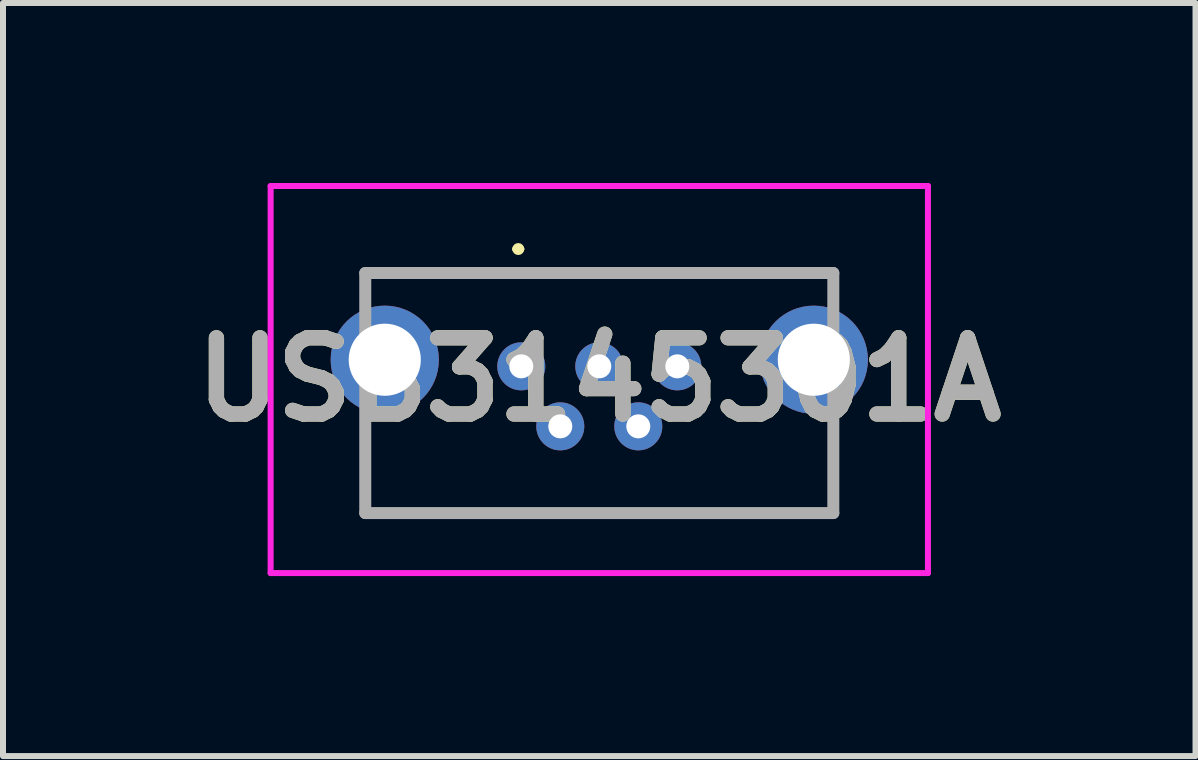
<source format=kicad_pcb>
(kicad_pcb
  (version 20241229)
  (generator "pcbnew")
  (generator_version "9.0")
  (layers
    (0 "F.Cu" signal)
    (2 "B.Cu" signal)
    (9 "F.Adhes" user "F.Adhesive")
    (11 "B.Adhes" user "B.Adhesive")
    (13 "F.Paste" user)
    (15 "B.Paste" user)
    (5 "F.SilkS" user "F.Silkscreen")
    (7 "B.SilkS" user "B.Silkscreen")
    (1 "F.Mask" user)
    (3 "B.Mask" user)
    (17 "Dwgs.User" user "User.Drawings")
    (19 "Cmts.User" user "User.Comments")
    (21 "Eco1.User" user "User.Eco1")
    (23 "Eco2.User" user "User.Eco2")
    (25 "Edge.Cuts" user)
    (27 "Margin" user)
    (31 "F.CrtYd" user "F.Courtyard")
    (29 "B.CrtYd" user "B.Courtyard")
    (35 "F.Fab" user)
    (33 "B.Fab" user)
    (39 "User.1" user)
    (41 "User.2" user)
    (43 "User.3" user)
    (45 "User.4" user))
  (footprint "USB3145301A"
    (layer "F.Cu")
    (at 6.937 3.275)
    (property "Reference" "USB3145301A" (at 0 0 0) (layer "F.SilkS") (effects (font (size 1.27 1.27) (thickness 0.254))))
    (attr through_hole)
    (fp_line (start -3.9 -1.775) (end 3.9 -1.775) (stroke (width 0.1) (type solid)) (layer "F.SilkS"))
    (fp_line (start -3.9 0.78) (end -3.9 2.225) (stroke (width 0.1) (type solid)) (layer "F.SilkS"))
    (fp_line (start -3.9 2.225) (end 3.9 2.225) (stroke (width 0.1) (type solid)) (layer "F.SilkS"))
    (fp_line (start -1.4 -2.175) (end -1.4 -2.175) (stroke (width 0.1) (type solid)) (layer "F.SilkS"))
    (fp_line (start -1.3 -2.175) (end -1.3 -2.175) (stroke (width 0.1) (type solid)) (layer "F.SilkS"))
    (fp_line (start 3.9 2.225) (end 3.9 0.78) (stroke (width 0.1) (type solid)) (layer "F.SilkS"))
    (fp_arc (start -1.4 -2.175) (mid -1.35 -2.225) (end -1.3 -2.175) (stroke (width 0.1) (type solid)) (layer "F.SilkS"))
    (fp_arc (start -1.3 -2.175) (mid -1.35 -2.125) (end -1.4 -2.175) (stroke (width 0.1) (type solid)) (layer "F.SilkS"))
    (fp_line (start -5.477 -3.225) (end 5.477 -3.225) (stroke (width 0.1) (type solid)) (layer "F.CrtYd"))
    (fp_line (start -5.477 3.225) (end -5.477 -3.225) (stroke (width 0.1) (type solid)) (layer "F.CrtYd"))
    (fp_line (start 5.477 -3.225) (end 5.477 3.225) (stroke (width 0.1) (type solid)) (layer "F.CrtYd"))
    (fp_line (start 5.477 3.225) (end -5.477 3.225) (stroke (width 0.1) (type solid)) (layer "F.CrtYd"))
    (fp_line (start -3.9 -1.775) (end 3.9 -1.775) (stroke (width 0.2) (type solid)) (layer "F.Fab"))
    (fp_line (start -3.9 2.225) (end -3.9 -1.775) (stroke (width 0.2) (type solid)) (layer "F.Fab"))
    (fp_line (start 3.9 -1.775) (end 3.9 2.225) (stroke (width 0.2) (type solid)) (layer "F.Fab"))
    (fp_line (start 3.9 2.225) (end -3.9 2.225) (stroke (width 0.2) (type solid)) (layer "F.Fab"))
    (fp_text user "${REFERENCE}" (at 0 0 0) (layer "F.Fab") (effects (font (size 1.27 1.27) (thickness 0.254))))
    (pad "1" thru_hole circle (at -1.3 -0.22) (size 0.8 0.8) (drill 0.4) (layers "*.Cu" "*.Mask"))
    (pad "2" thru_hole circle (at -0.65 0.78) (size 0.8 0.8) (drill 0.4) (layers "*.Cu" "*.Mask"))
    (pad "3" thru_hole circle (at 0 -0.22) (size 0.8 0.8) (drill 0.4) (layers "*.Cu" "*.Mask"))
    (pad "4" thru_hole circle (at 0.65 0.78) (size 0.8 0.8) (drill 0.4) (layers "*.Cu" "*.Mask"))
    (pad "5" thru_hole circle (at 1.3 -0.22) (size 0.8 0.8) (drill 0.4) (layers "*.Cu" "*.Mask"))
    (pad "6" thru_hole circle (at -3.575 -0.33) (size 1.803 1.803) (drill 1.202) (layers "*.Cu" "*.Mask"))
    (pad "7" thru_hole circle (at 3.575 -0.33) (size 1.803 1.803) (drill 1.202) (layers "*.Cu" "*.Mask")))
  (gr_rect
    (start -3 -3)
    (end 16.873 9.55)
    (stroke (width 0.1) (type default))
    (fill no)
    (layer "Edge.Cuts")))
</source>
